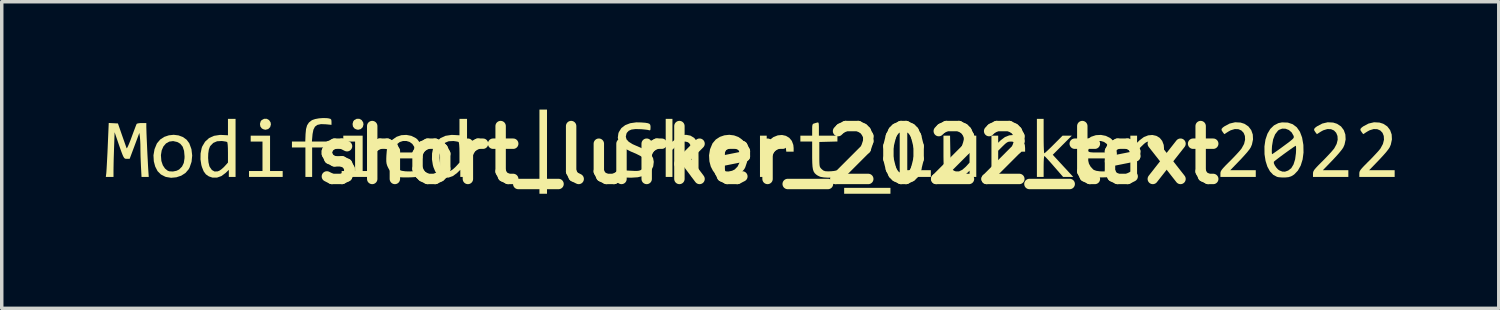
<source format=kicad_pcb>
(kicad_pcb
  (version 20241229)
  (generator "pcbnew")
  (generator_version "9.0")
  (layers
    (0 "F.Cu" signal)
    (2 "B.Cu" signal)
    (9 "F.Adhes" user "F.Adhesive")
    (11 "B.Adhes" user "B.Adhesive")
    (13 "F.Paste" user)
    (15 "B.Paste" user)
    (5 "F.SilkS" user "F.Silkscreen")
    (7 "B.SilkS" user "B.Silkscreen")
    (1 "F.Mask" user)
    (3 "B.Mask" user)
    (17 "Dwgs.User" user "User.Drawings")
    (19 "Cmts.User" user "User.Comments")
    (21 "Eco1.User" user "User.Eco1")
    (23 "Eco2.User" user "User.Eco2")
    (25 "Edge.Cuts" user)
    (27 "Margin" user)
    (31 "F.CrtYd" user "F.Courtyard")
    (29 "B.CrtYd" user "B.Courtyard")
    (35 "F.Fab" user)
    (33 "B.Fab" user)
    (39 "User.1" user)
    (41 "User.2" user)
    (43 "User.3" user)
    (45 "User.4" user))
  (footprint "short_lurker_2022_text"
    (layer "F.Cu")
    (at 19.071 1.418)
    (property "Reference" "short_lurker_2022_text" (at 0 0 0) (layer "F.SilkS") (effects (font (size 1.524 1.524) (thickness 0.3))))
    (attr board_only exclude_from_pos_files exclude_from_bom)
    (fp_poly (pts (xy -6.356 1.116) (xy -6.574 1.116) (xy -6.574 -1.31) (xy -6.356 -1.31)) (stroke (width 0) (type solid)) (fill yes) (layer "F.SilkS"))
    (fp_poly (pts (xy 3.542 1.116) (xy 2.208 1.116) (xy 2.208 0.946) (xy 3.542 0.946)) (stroke (width 0) (type solid)) (fill yes) (layer "F.SilkS"))
    (fp_poly (pts (xy 4.027 0.437) (xy 4.706 0.437) (xy 4.706 0.631) (xy 3.809 0.631) (xy 3.809 -0.922) (xy 4.027 -0.922)) (stroke (width 0) (type solid)) (fill yes) (layer "F.SilkS"))
    (fp_poly (pts (xy -14.338 0.461) (xy -13.974 0.461) (xy -13.974 0.631) (xy -14.944 0.631) (xy -14.944 0.461) (xy -14.556 0.461) (xy -14.556 -0.388) (xy -14.896 -0.388) (xy -14.896 -0.558) (xy -14.338 -0.558)) (stroke (width 0) (type solid)) (fill yes) (layer "F.SilkS"))
    (fp_poly (pts (xy -11.669 0.461) (xy -11.305 0.461) (xy -11.305 0.631) (xy -12.275 0.631) (xy -12.275 0.461) (xy -11.887 0.461) (xy -11.887 -0.388) (xy -12.227 -0.388) (xy -12.227 -0.558) (xy -11.669 -0.558)) (stroke (width 0) (type solid)) (fill yes) (layer "F.SilkS"))
    (fp_poly (pts (xy -14.432 -1.044) (xy -14.367 -1.008) (xy -14.323 -0.943) (xy -14.313 -0.883) (xy -14.335 -0.804) (xy -14.392 -0.748) (xy -14.471 -0.728) (xy -14.529 -0.742) (xy -14.575 -0.766) (xy -14.617 -0.822) (xy -14.629 -0.896) (xy -14.609 -0.97) (xy -14.581 -1.006) (xy -14.508 -1.045)) (stroke (width 0) (type solid)) (fill yes) (layer "F.SilkS"))
    (fp_poly (pts (xy -11.764 -1.044) (xy -11.698 -1.008) (xy -11.655 -0.943) (xy -11.645 -0.883) (xy -11.666 -0.804) (xy -11.723 -0.748) (xy -11.802 -0.728) (xy -11.86 -0.742) (xy -11.906 -0.766) (xy -11.949 -0.822) (xy -11.96 -0.896) (xy -11.94 -0.97) (xy -11.912 -1.006) (xy -11.839 -1.045)) (stroke (width 0) (type solid)) (fill yes) (layer "F.SilkS"))
    (fp_poly (pts (xy 0.53 -0.553) (xy 0.626 -0.496) (xy 0.7 -0.407) (xy 0.743 -0.291) (xy 0.752 -0.2) (xy 0.752 -0.097) (xy 0.54 -0.097) (xy 0.527 -0.211) (xy 0.505 -0.306) (xy 0.459 -0.361) (xy 0.382 -0.386) (xy 0.333 -0.388) (xy 0.28 -0.384) (xy 0.232 -0.365) (xy 0.179 -0.324) (xy 0.108 -0.256) (xy -0.024 -0.124) (xy -0.024 0.631) (xy -0.218 0.631) (xy -0.218 -0.558) (xy -0.024 -0.558) (xy -0.024 -0.354) (xy 0.055 -0.431) (xy 0.172 -0.519) (xy 0.296 -0.567) (xy 0.417 -0.578)) (stroke (width 0) (type solid)) (fill yes) (layer "F.SilkS"))
    (fp_poly (pts (xy 7.201 -0.553) (xy 7.298 -0.496) (xy 7.371 -0.407) (xy 7.415 -0.291) (xy 7.423 -0.2) (xy 7.423 -0.097) (xy 7.211 -0.097) (xy 7.199 -0.211) (xy 7.176 -0.306) (xy 7.131 -0.361) (xy 7.054 -0.386) (xy 7.005 -0.388) (xy 6.951 -0.384) (xy 6.904 -0.365) (xy 6.85 -0.324) (xy 6.779 -0.256) (xy 6.647 -0.124) (xy 6.647 0.631) (xy 6.453 0.631) (xy 6.453 -0.558) (xy 6.647 -0.558) (xy 6.647 -0.354) (xy 6.726 -0.431) (xy 6.844 -0.519) (xy 6.967 -0.567) (xy 7.089 -0.578)) (stroke (width 0) (type solid)) (fill yes) (layer "F.SilkS"))
    (fp_poly (pts (xy 11.204 -0.553) (xy 11.301 -0.496) (xy 11.374 -0.407) (xy 11.418 -0.291) (xy 11.426 -0.2) (xy 11.426 -0.097) (xy 11.214 -0.097) (xy 11.202 -0.211) (xy 11.179 -0.306) (xy 11.133 -0.361) (xy 11.057 -0.386) (xy 11.008 -0.388) (xy 10.954 -0.384) (xy 10.907 -0.365) (xy 10.853 -0.324) (xy 10.782 -0.256) (xy 10.65 -0.124) (xy 10.65 0.631) (xy 10.456 0.631) (xy 10.456 -0.558) (xy 10.65 -0.558) (xy 10.65 -0.354) (xy 10.729 -0.431) (xy 10.847 -0.519) (xy 10.97 -0.567) (xy 11.091 -0.578)) (stroke (width 0) (type solid)) (fill yes) (layer "F.SilkS"))
    (fp_poly (pts (xy -12.699 -1.063) (xy -12.654 -1.057) (xy -12.596 -1.042) (xy -12.572 -1.014) (xy -12.567 -0.958) (xy -12.567 -0.956) (xy -12.567 -0.87) (xy -12.73 -0.886) (xy -12.87 -0.891) (xy -12.973 -0.869) (xy -13.043 -0.818) (xy -13.088 -0.731) (xy -13.113 -0.603) (xy -13.117 -0.56) (xy -13.132 -0.388) (xy -12.591 -0.388) (xy -12.591 -0.218) (xy -13.125 -0.218) (xy -13.125 0.631) (xy -13.319 0.631) (xy -13.319 -0.218) (xy -13.707 -0.218) (xy -13.707 -0.388) (xy -13.323 -0.388) (xy -13.315 -0.6) (xy -13.301 -0.748) (xy -13.27 -0.857) (xy -13.217 -0.938) (xy -13.139 -0.999) (xy -13.118 -1.01) (xy -13.038 -1.037) (xy -12.929 -1.057) (xy -12.81 -1.066)) (stroke (width 0) (type solid)) (fill yes) (layer "F.SilkS"))
    (fp_poly (pts (xy 7.957 -0.546) (xy 7.958 -0.396) (xy 7.96 -0.265) (xy 7.964 -0.159) (xy 7.969 -0.085) (xy 7.974 -0.05) (xy 7.976 -0.049) (xy 7.999 -0.065) (xy 8.049 -0.11) (xy 8.12 -0.177) (xy 8.206 -0.261) (xy 8.248 -0.303) (xy 8.502 -0.558) (xy 8.769 -0.558) (xy 8.494 -0.282) (xy 8.22 -0.007) (xy 8.515 0.312) (xy 8.81 0.631) (xy 8.518 0.631) (xy 8.26 0.334) (xy 8.172 0.233) (xy 8.094 0.146) (xy 8.032 0.079) (xy 7.992 0.038) (xy 7.98 0.028) (xy 7.971 0.048) (xy 7.963 0.109) (xy 7.959 0.205) (xy 7.957 0.325) (xy 7.957 0.631) (xy 7.763 0.631) (xy 7.763 -1.043) (xy 7.957 -1.043)) (stroke (width 0) (type solid)) (fill yes) (layer "F.SilkS"))
    (fp_poly (pts (xy -2.741 -0.383) (xy -2.654 -0.46) (xy -2.558 -0.532) (xy -2.467 -0.57) (xy -2.358 -0.582) (xy -2.343 -0.582) (xy -2.222 -0.559) (xy -2.116 -0.495) (xy -2.037 -0.398) (xy -2.032 -0.388) (xy -2.017 -0.351) (xy -2.005 -0.305) (xy -1.998 -0.242) (xy -1.993 -0.155) (xy -1.99 -0.035) (xy -1.989 0.123) (xy -1.989 0.164) (xy -1.989 0.631) (xy -2.183 0.631) (xy -2.184 0.237) (xy -2.185 0.045) (xy -2.192 -0.104) (xy -2.205 -0.214) (xy -2.227 -0.293) (xy -2.26 -0.344) (xy -2.305 -0.373) (xy -2.365 -0.386) (xy -2.416 -0.388) (xy -2.472 -0.382) (xy -2.522 -0.359) (xy -2.582 -0.311) (xy -2.624 -0.27) (xy -2.741 -0.152) (xy -2.741 0.631) (xy -2.935 0.631) (xy -2.935 -1.043) (xy -2.741 -1.043)) (stroke (width 0) (type solid)) (fill yes) (layer "F.SilkS"))
    (fp_poly (pts (xy 5.268 -0.114) (xy 5.273 0.066) (xy 5.28 0.203) (xy 5.292 0.304) (xy 5.309 0.375) (xy 5.335 0.422) (xy 5.37 0.451) (xy 5.417 0.469) (xy 5.432 0.472) (xy 5.52 0.471) (xy 5.613 0.426) (xy 5.714 0.337) (xy 5.733 0.317) (xy 5.822 0.218) (xy 5.822 -0.558) (xy 6.016 -0.558) (xy 6.016 0.631) (xy 5.919 0.631) (xy 5.857 0.628) (xy 5.83 0.612) (xy 5.823 0.57) (xy 5.822 0.541) (xy 5.822 0.451) (xy 5.744 0.527) (xy 5.678 0.581) (xy 5.612 0.622) (xy 5.596 0.629) (xy 5.488 0.652) (xy 5.367 0.649) (xy 5.26 0.621) (xy 5.247 0.615) (xy 5.174 0.557) (xy 5.12 0.475) (xy 5.102 0.435) (xy 5.09 0.391) (xy 5.081 0.337) (xy 5.075 0.263) (xy 5.072 0.162) (xy 5.07 0.026) (xy 5.07 -0.093) (xy 5.07 -0.558) (xy 5.26 -0.558)) (stroke (width 0) (type solid)) (fill yes) (layer "F.SilkS"))
    (fp_poly (pts (xy 13.631 -0.936) (xy 13.745 -0.9) (xy 13.859 -0.824) (xy 13.94 -0.718) (xy 13.985 -0.591) (xy 13.992 -0.449) (xy 13.96 -0.3) (xy 13.925 -0.219) (xy 13.891 -0.166) (xy 13.829 -0.088) (xy 13.747 0.006) (xy 13.654 0.108) (xy 13.605 0.159) (xy 13.336 0.437) (xy 14.071 0.437) (xy 14.071 0.631) (xy 13.052 0.631) (xy 13.052 0.539) (xy 13.054 0.502) (xy 13.065 0.466) (xy 13.09 0.426) (xy 13.132 0.374) (xy 13.199 0.303) (xy 13.295 0.207) (xy 13.321 0.182) (xy 13.421 0.08) (xy 13.515 -0.019) (xy 13.594 -0.106) (xy 13.65 -0.173) (xy 13.664 -0.192) (xy 13.734 -0.32) (xy 13.763 -0.441) (xy 13.758 -0.549) (xy 13.721 -0.64) (xy 13.657 -0.707) (xy 13.571 -0.745) (xy 13.467 -0.749) (xy 13.348 -0.713) (xy 13.283 -0.677) (xy 13.164 -0.602) (xy 13.121 -0.659) (xy 13.087 -0.712) (xy 13.085 -0.751) (xy 13.119 -0.791) (xy 13.168 -0.827) (xy 13.318 -0.907) (xy 13.476 -0.944)) (stroke (width 0) (type solid)) (fill yes) (layer "F.SilkS"))
    (fp_poly (pts (xy 16.3 -0.936) (xy 16.414 -0.9) (xy 16.528 -0.824) (xy 16.608 -0.718) (xy 16.653 -0.591) (xy 16.661 -0.449) (xy 16.629 -0.3) (xy 16.594 -0.219) (xy 16.559 -0.166) (xy 16.497 -0.088) (xy 16.416 0.006) (xy 16.322 0.108) (xy 16.274 0.159) (xy 16.005 0.437) (xy 16.739 0.437) (xy 16.739 0.631) (xy 15.72 0.631) (xy 15.72 0.539) (xy 15.723 0.502) (xy 15.734 0.466) (xy 15.758 0.426) (xy 15.801 0.374) (xy 15.868 0.303) (xy 15.963 0.207) (xy 15.989 0.182) (xy 16.089 0.08) (xy 16.183 -0.019) (xy 16.262 -0.106) (xy 16.318 -0.173) (xy 16.333 -0.192) (xy 16.402 -0.32) (xy 16.432 -0.441) (xy 16.426 -0.549) (xy 16.389 -0.64) (xy 16.326 -0.707) (xy 16.24 -0.745) (xy 16.135 -0.749) (xy 16.017 -0.713) (xy 15.951 -0.677) (xy 15.833 -0.602) (xy 15.789 -0.659) (xy 15.755 -0.712) (xy 15.753 -0.751) (xy 15.787 -0.791) (xy 15.836 -0.827) (xy 15.987 -0.907) (xy 16.144 -0.944)) (stroke (width 0) (type solid)) (fill yes) (layer "F.SilkS"))
    (fp_poly (pts (xy 17.634 -0.936) (xy 17.748 -0.9) (xy 17.862 -0.824) (xy 17.943 -0.718) (xy 17.988 -0.591) (xy 17.995 -0.449) (xy 17.963 -0.3) (xy 17.928 -0.219) (xy 17.893 -0.166) (xy 17.832 -0.088) (xy 17.75 0.006) (xy 17.656 0.108) (xy 17.608 0.159) (xy 17.339 0.437) (xy 18.074 0.437) (xy 18.074 0.631) (xy 17.055 0.631) (xy 17.055 0.539) (xy 17.057 0.502) (xy 17.068 0.466) (xy 17.092 0.426) (xy 17.135 0.374) (xy 17.202 0.303) (xy 17.297 0.207) (xy 17.323 0.182) (xy 17.424 0.08) (xy 17.517 -0.019) (xy 17.597 -0.106) (xy 17.653 -0.173) (xy 17.667 -0.192) (xy 17.736 -0.32) (xy 17.766 -0.441) (xy 17.76 -0.549) (xy 17.724 -0.64) (xy 17.66 -0.707) (xy 17.574 -0.745) (xy 17.469 -0.749) (xy 17.351 -0.713) (xy 17.286 -0.677) (xy 17.167 -0.602) (xy 17.124 -0.659) (xy 17.089 -0.712) (xy 17.087 -0.751) (xy 17.122 -0.791) (xy 17.17 -0.827) (xy 17.321 -0.907) (xy 17.479 -0.944)) (stroke (width 0) (type solid)) (fill yes) (layer "F.SilkS"))
    (fp_poly (pts (xy -16.977 -0.566) (xy -16.85 -0.519) (xy -16.742 -0.441) (xy -16.665 -0.337) (xy -16.603 -0.167) (xy -16.582 0.014) (xy -16.6 0.194) (xy -16.657 0.361) (xy -16.685 0.412) (xy -16.776 0.517) (xy -16.897 0.595) (xy -17.039 0.642) (xy -17.19 0.656) (xy -17.337 0.632) (xy -17.358 0.625) (xy -17.484 0.56) (xy -17.58 0.464) (xy -17.648 0.332) (xy -17.688 0.181) (xy -17.698 0.008) (xy -17.697 0.003) (xy -17.483 0.003) (xy -17.472 0.157) (xy -17.467 0.181) (xy -17.428 0.296) (xy -17.365 0.39) (xy -17.288 0.452) (xy -17.242 0.469) (xy -17.139 0.475) (xy -17.034 0.454) (xy -16.958 0.417) (xy -16.875 0.333) (xy -16.824 0.228) (xy -16.803 0.092) (xy -16.802 0.037) (xy -16.816 -0.12) (xy -16.856 -0.24) (xy -16.925 -0.325) (xy -17.01 -0.375) (xy -17.132 -0.402) (xy -17.242 -0.387) (xy -17.337 -0.334) (xy -17.411 -0.248) (xy -17.461 -0.134) (xy -17.483 0.003) (xy -17.697 0.003) (xy -17.668 -0.166) (xy -17.603 -0.325) (xy -17.594 -0.34) (xy -17.504 -0.447) (xy -17.388 -0.523) (xy -17.255 -0.568) (xy -17.115 -0.583)) (stroke (width 0) (type solid)) (fill yes) (layer "F.SilkS"))
    (fp_poly (pts (xy -15.332 0.631) (xy -15.526 0.631) (xy -15.526 0.427) (xy -15.617 0.515) (xy -15.739 0.606) (xy -15.868 0.651) (xy -15.999 0.65) (xy -16.103 0.615) (xy -16.187 0.557) (xy -16.251 0.471) (xy -16.3 0.349) (xy -16.318 0.288) (xy -16.343 0.123) (xy -16.342 0.085) (xy -16.123 0.085) (xy -16.113 0.209) (xy -16.089 0.313) (xy -16.077 0.343) (xy -16.014 0.432) (xy -15.937 0.475) (xy -15.848 0.471) (xy -15.796 0.45) (xy -15.741 0.412) (xy -15.674 0.353) (xy -15.64 0.317) (xy -15.551 0.218) (xy -15.551 -0.071) (xy -15.553 -0.197) (xy -15.558 -0.294) (xy -15.567 -0.357) (xy -15.575 -0.376) (xy -15.612 -0.387) (xy -15.68 -0.398) (xy -15.727 -0.404) (xy -15.864 -0.397) (xy -15.975 -0.349) (xy -16.06 -0.261) (xy -16.071 -0.243) (xy -16.102 -0.158) (xy -16.119 -0.043) (xy -16.123 0.085) (xy -16.342 0.085) (xy -16.34 -0.046) (xy -16.309 -0.2) (xy -16.293 -0.246) (xy -16.21 -0.385) (xy -16.097 -0.488) (xy -15.955 -0.553) (xy -15.788 -0.579) (xy -15.716 -0.578) (xy -15.551 -0.569) (xy -15.551 -1.043) (xy -15.332 -1.043)) (stroke (width 0) (type solid)) (fill yes) (layer "F.SilkS"))
    (fp_poly (pts (xy -8.661 0.631) (xy -8.855 0.631) (xy -8.855 0.427) (xy -8.946 0.515) (xy -9.067 0.606) (xy -9.196 0.651) (xy -9.328 0.65) (xy -9.432 0.615) (xy -9.515 0.557) (xy -9.579 0.471) (xy -9.629 0.349) (xy -9.646 0.288) (xy -9.672 0.123) (xy -9.671 0.085) (xy -9.452 0.085) (xy -9.442 0.209) (xy -9.418 0.313) (xy -9.405 0.343) (xy -9.342 0.432) (xy -9.266 0.475) (xy -9.177 0.471) (xy -9.125 0.45) (xy -9.069 0.412) (xy -9.003 0.353) (xy -8.968 0.317) (xy -8.879 0.218) (xy -8.879 -0.071) (xy -8.881 -0.197) (xy -8.887 -0.294) (xy -8.896 -0.357) (xy -8.904 -0.376) (xy -8.941 -0.387) (xy -9.008 -0.398) (xy -9.056 -0.404) (xy -9.192 -0.397) (xy -9.303 -0.349) (xy -9.388 -0.261) (xy -9.4 -0.243) (xy -9.43 -0.158) (xy -9.448 -0.043) (xy -9.452 0.085) (xy -9.671 0.085) (xy -9.669 -0.046) (xy -9.638 -0.2) (xy -9.621 -0.246) (xy -9.539 -0.385) (xy -9.426 -0.488) (xy -9.284 -0.553) (xy -9.116 -0.579) (xy -9.045 -0.578) (xy -8.879 -0.569) (xy -8.879 -1.043) (xy -8.661 -1.043)) (stroke (width 0) (type solid)) (fill yes) (layer "F.SilkS"))
    (fp_poly (pts (xy -0.966 -0.566) (xy -0.838 -0.519) (xy -0.73 -0.441) (xy -0.653 -0.337) (xy -0.592 -0.167) (xy -0.57 0.014) (xy -0.588 0.194) (xy -0.645 0.361) (xy -0.674 0.412) (xy -0.764 0.517) (xy -0.886 0.595) (xy -1.028 0.642) (xy -1.178 0.656) (xy -1.326 0.632) (xy -1.346 0.625) (xy -1.472 0.56) (xy -1.568 0.464) (xy -1.636 0.332) (xy -1.676 0.181) (xy -1.686 0.008) (xy -1.685 0.003) (xy -1.471 0.003) (xy -1.46 0.157) (xy -1.456 0.181) (xy -1.416 0.296) (xy -1.354 0.39) (xy -1.276 0.452) (xy -1.231 0.469) (xy -1.128 0.475) (xy -1.023 0.454) (xy -0.947 0.417) (xy -0.864 0.333) (xy -0.813 0.228) (xy -0.792 0.092) (xy -0.791 0.037) (xy -0.804 -0.12) (xy -0.845 -0.24) (xy -0.914 -0.325) (xy -0.999 -0.375) (xy -1.121 -0.402) (xy -1.231 -0.387) (xy -1.325 -0.334) (xy -1.4 -0.248) (xy -1.45 -0.134) (xy -1.471 0.003) (xy -1.685 0.003) (xy -1.657 -0.166) (xy -1.591 -0.325) (xy -1.583 -0.34) (xy -1.492 -0.447) (xy -1.376 -0.523) (xy -1.244 -0.568) (xy -1.104 -0.583)) (stroke (width 0) (type solid)) (fill yes) (layer "F.SilkS"))
    (fp_poly (pts (xy 1.47 -0.927) (xy 1.477 -0.89) (xy 1.48 -0.82) (xy 1.48 -0.754) (xy 1.48 -0.558) (xy 2.014 -0.558) (xy 2.014 -0.39) (xy 1.753 -0.383) (xy 1.492 -0.376) (xy 1.492 -0.019) (xy 1.492 0.12) (xy 1.494 0.218) (xy 1.498 0.286) (xy 1.506 0.331) (xy 1.52 0.362) (xy 1.541 0.387) (xy 1.558 0.405) (xy 1.608 0.446) (xy 1.663 0.466) (xy 1.744 0.471) (xy 1.752 0.471) (xy 1.84 0.467) (xy 1.919 0.459) (xy 1.947 0.453) (xy 1.99 0.445) (xy 2.009 0.459) (xy 2.013 0.507) (xy 2.014 0.53) (xy 2.01 0.593) (xy 1.99 0.623) (xy 1.944 0.639) (xy 1.938 0.64) (xy 1.842 0.651) (xy 1.729 0.652) (xy 1.619 0.645) (xy 1.531 0.63) (xy 1.516 0.626) (xy 1.448 0.594) (xy 1.399 0.561) (xy 1.358 0.521) (xy 1.329 0.475) (xy 1.309 0.416) (xy 1.296 0.336) (xy 1.289 0.227) (xy 1.286 0.08) (xy 1.286 0.001) (xy 1.286 -0.388) (xy 0.946 -0.388) (xy 0.946 -0.558) (xy 1.286 -0.558) (xy 1.286 -0.726) (xy 1.287 -0.816) (xy 1.294 -0.869) (xy 1.31 -0.896) (xy 1.334 -0.908) (xy 1.401 -0.927) (xy 1.431 -0.936) (xy 1.455 -0.939)) (stroke (width 0) (type solid)) (fill yes) (layer "F.SilkS"))
    (fp_poly (pts (xy -10.264 -0.552) (xy -10.136 -0.487) (xy -10.095 -0.454) (xy -10.014 -0.348) (xy -9.964 -0.21) (xy -9.947 -0.055) (xy -9.947 0.097) (xy -10.771 0.097) (xy -10.771 0.164) (xy -10.752 0.25) (xy -10.701 0.34) (xy -10.63 0.415) (xy -10.611 0.429) (xy -10.54 0.455) (xy -10.433 0.47) (xy -10.303 0.473) (xy -10.161 0.462) (xy -10.11 0.455) (xy -9.995 0.438) (xy -9.995 0.519) (xy -10.008 0.59) (xy -10.037 0.618) (xy -10.089 0.629) (xy -10.175 0.637) (xy -10.281 0.643) (xy -10.394 0.645) (xy -10.5 0.645) (xy -10.585 0.64) (xy -10.632 0.632) (xy -10.769 0.567) (xy -10.872 0.47) (xy -10.931 0.375) (xy -10.962 0.307) (xy -10.98 0.248) (xy -10.988 0.183) (xy -10.988 0.096) (xy -10.985 0.018) (xy -10.974 -0.124) (xy -10.973 -0.127) (xy -10.772 -0.127) (xy -10.761 -0.098) (xy -10.722 -0.082) (xy -10.648 -0.075) (xy -10.534 -0.073) (xy -10.468 -0.073) (xy -10.165 -0.073) (xy -10.165 -0.135) (xy -10.185 -0.24) (xy -10.238 -0.321) (xy -10.316 -0.377) (xy -10.409 -0.405) (xy -10.508 -0.404) (xy -10.602 -0.373) (xy -10.683 -0.309) (xy -10.731 -0.236) (xy -10.76 -0.171) (xy -10.772 -0.127) (xy -10.973 -0.127) (xy -10.951 -0.232) (xy -10.913 -0.318) (xy -10.853 -0.397) (xy -10.808 -0.444) (xy -10.69 -0.526) (xy -10.553 -0.572) (xy -10.407 -0.58)) (stroke (width 0) (type solid)) (fill yes) (layer "F.SilkS"))
    (fp_poly (pts (xy 9.751 -0.552) (xy 9.879 -0.487) (xy 9.919 -0.454) (xy 10 -0.348) (xy 10.05 -0.21) (xy 10.067 -0.055) (xy 10.068 0.097) (xy 9.243 0.097) (xy 9.243 0.164) (xy 9.263 0.25) (xy 9.314 0.34) (xy 9.385 0.415) (xy 9.404 0.429) (xy 9.474 0.455) (xy 9.581 0.47) (xy 9.711 0.473) (xy 9.853 0.462) (xy 9.904 0.455) (xy 10.019 0.438) (xy 10.019 0.519) (xy 10.007 0.59) (xy 9.977 0.618) (xy 9.926 0.629) (xy 9.84 0.637) (xy 9.733 0.643) (xy 9.62 0.645) (xy 9.514 0.645) (xy 9.43 0.64) (xy 9.383 0.632) (xy 9.245 0.567) (xy 9.142 0.47) (xy 9.084 0.375) (xy 9.053 0.307) (xy 9.034 0.248) (xy 9.026 0.183) (xy 9.026 0.096) (xy 9.029 0.018) (xy 9.041 -0.124) (xy 9.041 -0.127) (xy 9.242 -0.127) (xy 9.253 -0.098) (xy 9.293 -0.082) (xy 9.366 -0.075) (xy 9.48 -0.073) (xy 9.546 -0.073) (xy 9.849 -0.073) (xy 9.849 -0.135) (xy 9.83 -0.24) (xy 9.776 -0.321) (xy 9.698 -0.377) (xy 9.605 -0.405) (xy 9.507 -0.404) (xy 9.412 -0.373) (xy 9.331 -0.309) (xy 9.283 -0.236) (xy 9.254 -0.171) (xy 9.242 -0.127) (xy 9.041 -0.127) (xy 9.063 -0.232) (xy 9.101 -0.318) (xy 9.161 -0.397) (xy 9.206 -0.444) (xy 9.324 -0.526) (xy 9.462 -0.572) (xy 9.608 -0.58)) (stroke (width 0) (type solid)) (fill yes) (layer "F.SilkS"))
    (fp_poly (pts (xy -18.855 -0.917) (xy -18.722 -0.91) (xy -18.604 -0.57) (xy -18.561 -0.448) (xy -18.523 -0.34) (xy -18.493 -0.255) (xy -18.475 -0.204) (xy -18.472 -0.194) (xy -18.459 -0.203) (xy -18.434 -0.251) (xy -18.399 -0.331) (xy -18.357 -0.437) (xy -18.328 -0.516) (xy -18.282 -0.641) (xy -18.241 -0.749) (xy -18.209 -0.834) (xy -18.188 -0.886) (xy -18.182 -0.898) (xy -18.152 -0.911) (xy -18.089 -0.92) (xy -18.036 -0.922) (xy -17.904 -0.922) (xy -17.904 -0.802) (xy -17.902 -0.739) (xy -17.899 -0.637) (xy -17.894 -0.504) (xy -17.887 -0.351) (xy -17.88 -0.185) (xy -17.872 -0.017) (xy -17.863 0.144) (xy -17.856 0.29) (xy -17.849 0.411) (xy -17.845 0.467) (xy -17.834 0.631) (xy -18.042 0.631) (xy -18.058 0.336) (xy -18.064 0.192) (xy -18.07 0.039) (xy -18.073 -0.102) (xy -18.074 -0.182) (xy -18.075 -0.298) (xy -18.08 -0.411) (xy -18.087 -0.501) (xy -18.089 -0.521) (xy -18.105 -0.637) (xy -18.244 -0.264) (xy -18.384 0.109) (xy -18.464 0.109) (xy -18.494 0.109) (xy -18.518 0.103) (xy -18.539 0.087) (xy -18.561 0.055) (xy -18.586 0.001) (xy -18.618 -0.081) (xy -18.659 -0.195) (xy -18.712 -0.348) (xy -18.728 -0.395) (xy -18.818 -0.657) (xy -18.834 -0.201) (xy -18.839 -0.041) (xy -18.844 0.116) (xy -18.847 0.26) (xy -18.849 0.376) (xy -18.85 0.443) (xy -18.85 0.631) (xy -19.071 0.631) (xy -19.058 0.528) (xy -19.054 0.476) (xy -19.048 0.384) (xy -19.041 0.258) (xy -19.033 0.107) (xy -19.024 -0.064) (xy -19.016 -0.245) (xy -19.016 -0.25) (xy -18.987 -0.924)) (stroke (width 0) (type solid)) (fill yes) (layer "F.SilkS"))
    (fp_poly (pts (xy -3.642 -0.939) (xy -3.524 -0.93) (xy -3.447 -0.917) (xy -3.401 -0.898) (xy -3.379 -0.867) (xy -3.372 -0.82) (xy -3.372 -0.795) (xy -3.375 -0.734) (xy -3.388 -0.711) (xy -3.415 -0.715) (xy -3.458 -0.725) (xy -3.535 -0.735) (xy -3.631 -0.744) (xy -3.653 -0.745) (xy -3.807 -0.749) (xy -3.921 -0.734) (xy -4.001 -0.699) (xy -4.053 -0.643) (xy -4.066 -0.617) (xy -4.085 -0.529) (xy -4.064 -0.451) (xy -3.999 -0.38) (xy -3.89 -0.313) (xy -3.788 -0.268) (xy -3.6 -0.185) (xy -3.457 -0.1) (xy -3.357 -0.01) (xy -3.299 0.087) (xy -3.279 0.196) (xy -3.294 0.318) (xy -3.297 0.332) (xy -3.352 0.445) (xy -3.447 0.536) (xy -3.578 0.602) (xy -3.742 0.641) (xy -3.928 0.653) (xy -4.02 0.651) (xy -4.093 0.648) (xy -4.134 0.644) (xy -4.136 0.643) (xy -4.175 0.634) (xy -4.238 0.622) (xy -4.252 0.62) (xy -4.31 0.607) (xy -4.336 0.583) (xy -4.342 0.533) (xy -4.343 0.506) (xy -4.34 0.443) (xy -4.328 0.418) (xy -4.296 0.418) (xy -4.276 0.423) (xy -4.224 0.431) (xy -4.137 0.44) (xy -4.029 0.448) (xy -3.954 0.452) (xy -3.839 0.458) (xy -3.76 0.458) (xy -3.706 0.452) (xy -3.664 0.438) (xy -3.624 0.415) (xy -3.615 0.408) (xy -3.555 0.357) (xy -3.528 0.299) (xy -3.522 0.261) (xy -3.524 0.187) (xy -3.539 0.126) (xy -3.541 0.122) (xy -3.585 0.077) (xy -3.67 0.023) (xy -3.791 -0.038) (xy -3.936 -0.099) (xy -4.095 -0.178) (xy -4.213 -0.273) (xy -4.287 -0.38) (xy -4.316 -0.498) (xy -4.299 -0.624) (xy -4.285 -0.662) (xy -4.213 -0.776) (xy -4.102 -0.861) (xy -3.958 -0.917) (xy -3.783 -0.942)) (stroke (width 0) (type solid)) (fill yes) (layer "F.SilkS"))
    (fp_poly (pts (xy 14.995 -0.935) (xy 15.137 -0.887) (xy 15.253 -0.799) (xy 15.343 -0.671) (xy 15.406 -0.504) (xy 15.442 -0.298) (xy 15.443 -0.287) (xy 15.447 -0.071) (xy 15.421 0.128) (xy 15.366 0.304) (xy 15.284 0.45) (xy 15.178 0.56) (xy 15.165 0.569) (xy 15.092 0.613) (xy 15.017 0.637) (xy 14.919 0.647) (xy 14.913 0.647) (xy 14.818 0.646) (xy 14.73 0.639) (xy 14.684 0.629) (xy 14.575 0.571) (xy 14.481 0.472) (xy 14.406 0.336) (xy 14.374 0.236) (xy 14.592 0.236) (xy 14.618 0.296) (xy 14.662 0.361) (xy 14.714 0.417) (xy 14.755 0.445) (xy 14.84 0.478) (xy 14.915 0.479) (xy 15 0.449) (xy 15.01 0.444) (xy 15.094 0.379) (xy 15.159 0.271) (xy 15.205 0.124) (xy 15.229 -0.057) (xy 15.229 -0.063) (xy 15.233 -0.155) (xy 15.232 -0.226) (xy 15.227 -0.264) (xy 15.224 -0.267) (xy 15.199 -0.253) (xy 15.143 -0.216) (xy 15.066 -0.162) (xy 14.974 -0.096) (xy 14.877 -0.026) (xy 14.782 0.044) (xy 14.699 0.107) (xy 14.634 0.158) (xy 14.597 0.189) (xy 14.592 0.195) (xy 14.592 0.236) (xy 14.374 0.236) (xy 14.353 0.169) (xy 14.323 -0.024) (xy 14.323 -0.031) (xy 14.322 -0.134) (xy 14.533 -0.134) (xy 14.534 -0.064) (xy 14.538 -0.027) (xy 14.541 -0.024) (xy 14.564 -0.038) (xy 14.62 -0.076) (xy 14.701 -0.133) (xy 14.8 -0.204) (xy 14.87 -0.256) (xy 14.987 -0.342) (xy 15.07 -0.406) (xy 15.124 -0.451) (xy 15.155 -0.484) (xy 15.167 -0.51) (xy 15.166 -0.534) (xy 15.16 -0.555) (xy 15.105 -0.652) (xy 15.025 -0.721) (xy 14.93 -0.758) (xy 14.832 -0.761) (xy 14.741 -0.726) (xy 14.712 -0.704) (xy 14.628 -0.596) (xy 14.571 -0.45) (xy 14.54 -0.266) (xy 14.537 -0.226) (xy 14.533 -0.134) (xy 14.322 -0.134) (xy 14.321 -0.249) (xy 14.35 -0.444) (xy 14.407 -0.613) (xy 14.489 -0.751) (xy 14.595 -0.854) (xy 14.723 -0.92) (xy 14.828 -0.941)) (stroke (width 0) (type solid)) (fill yes) (layer "F.SilkS")))
  (gr_rect
    (start -3 -3)
    (end 40.145 5.836)
    (stroke (width 0.1) (type default))
    (fill no)
    (layer "Edge.Cuts")))
</source>
